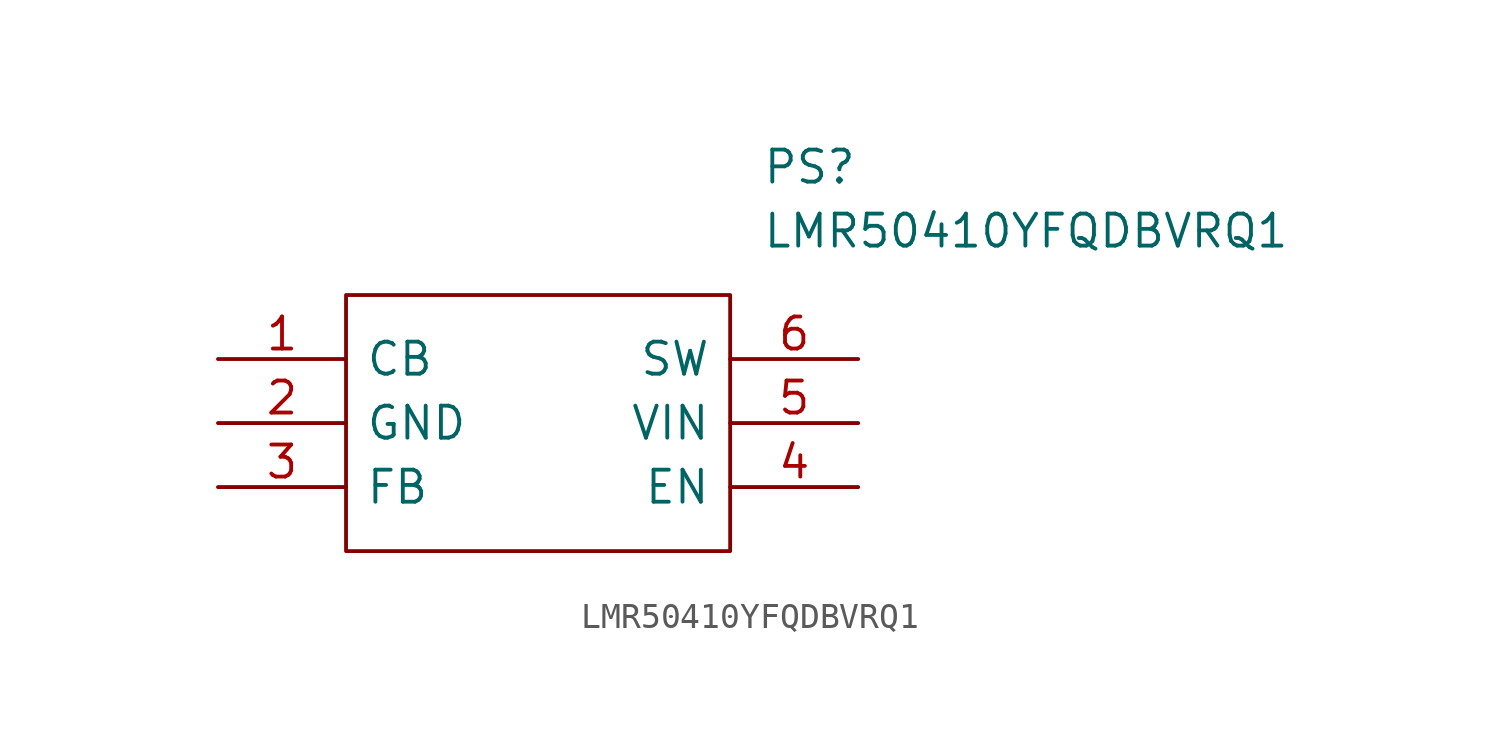
<source format=kicad_sym>
(kicad_symbol_lib
  (version 20211014)
  (generator kicad_symbol_editor)
  (symbol "LMR50410YFQDBVRQ1"
    (pin_names
      (offset 0.762))
    (property "Reference" "PS"
      (at 21.59 7.62 0)
      (effects (font (size 1.27 1.27)) (justify left)))
    (property "Value" "LMR50410YFQDBVRQ1"
      (at 21.59 5.08 0)
      (effects (font (size 1.27 1.27)) (justify left)))
    (symbol "LMR50410YFQDBVRQ1_0_0"
      (pin passive line (at 0 0 0) (length 5.08) (name "CB" (effects (font (size 1.27 1.27)))) (number "1" (effects (font (size 1.27 1.27)))))
      (pin passive line (at 0 -2.54 0) (length 5.08) (name "GND" (effects (font (size 1.27 1.27)))) (number "2" (effects (font (size 1.27 1.27)))))
      (pin passive line (at 0 -5.08 0) (length 5.08) (name "FB" (effects (font (size 1.27 1.27)))) (number "3" (effects (font (size 1.27 1.27)))))
      (pin passive line (at 25.4 -5.08 180) (length 5.08) (name "EN" (effects (font (size 1.27 1.27)))) (number "4" (effects (font (size 1.27 1.27)))))
      (pin passive line (at 25.4 -2.54 180) (length 5.08) (name "VIN" (effects (font (size 1.27 1.27)))) (number "5" (effects (font (size 1.27 1.27)))))
      (pin passive line (at 25.4 0 180) (length 5.08) (name "SW" (effects (font (size 1.27 1.27)))) (number "6" (effects (font (size 1.27 1.27))))))
    (symbol "LMR50410YFQDBVRQ1_0_1"
      (polyline (pts (xy 5.08 2.54) (xy 20.32 2.54) (xy 20.32 -7.62) (xy 5.08 -7.62) (xy 5.08 2.54)) (stroke (width 0.152) (type default) (color 0 0 0 0)) (fill (type none))))))
</source>
